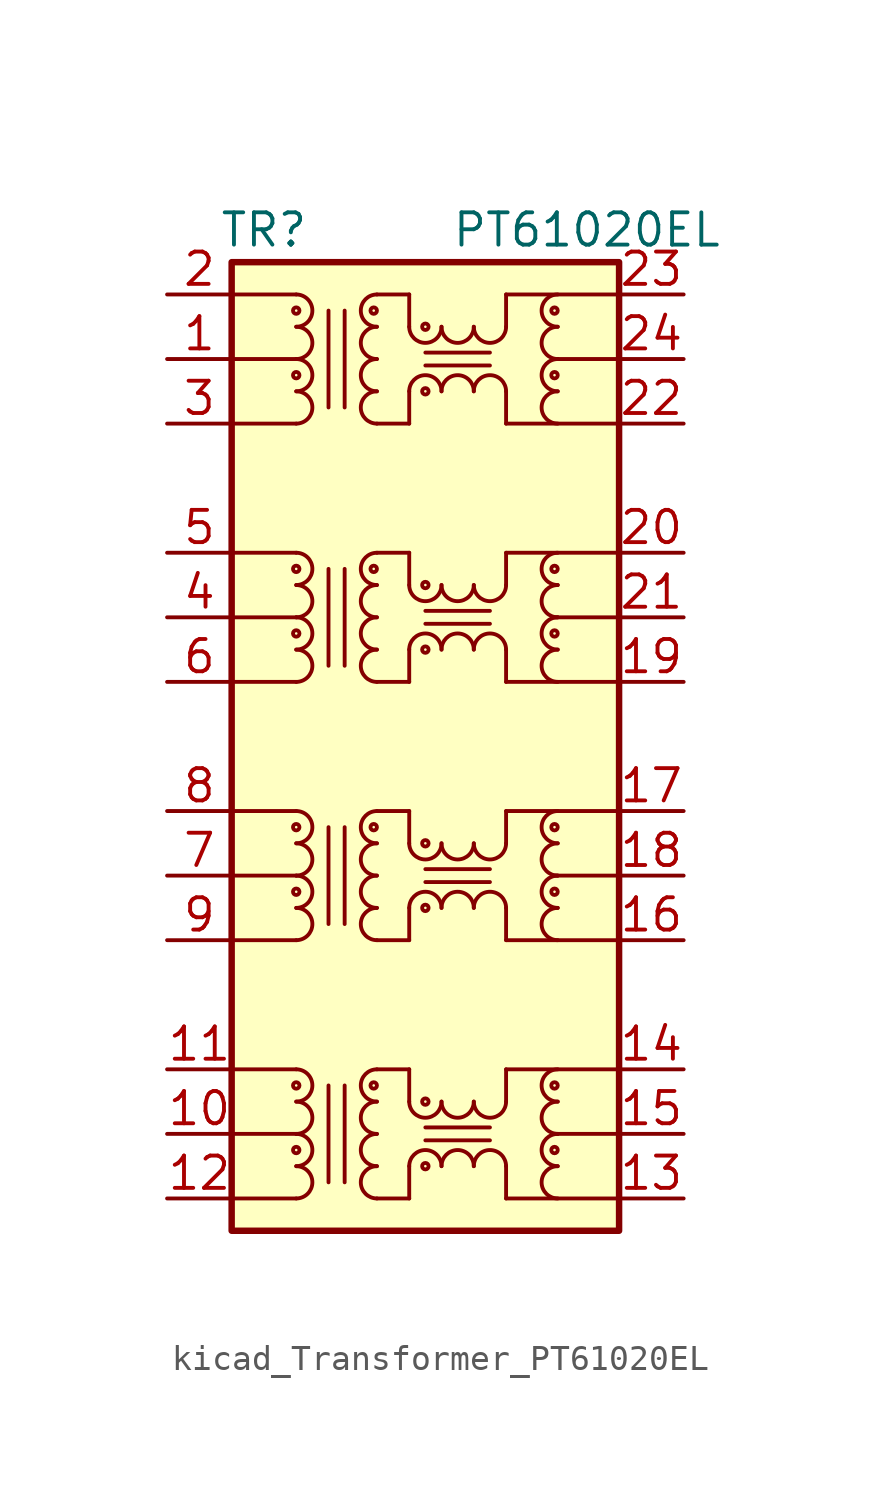
<source format=kicad_sym>
(kicad_symbol_lib
  (version 20220914)
  (generator kicad_symbol_editor)
  (symbol "kicad_Transformer_PT61020EL"
    (pin_names hide)
    (property "Reference" "TR"
      (at -6.35 20.32 0)
      (effects (font (size 1.27 1.27))))
    (property "Value" "PT61020EL"
      (at 6.35 20.32 0)
      (effects (font (size 1.27 1.27))))
    (symbol "kicad_Transformer_PT61020EL_0_1"
      (rectangle (start -7.62 19.05) (end 7.62 -19.05) (stroke (width 0.254) (type default)) (fill (type background)))
      (polyline (pts (xy -7.62 -17.78) (xy -5.08 -17.78)) (stroke (width 0) (type default)) (fill (type none)))
      (polyline (pts (xy -7.62 -15.24) (xy -5.08 -15.24)) (stroke (width 0) (type default)) (fill (type none)))
      (polyline (pts (xy -7.62 -12.7) (xy -5.08 -12.7)) (stroke (width 0) (type default)) (fill (type none)))
      (polyline (pts (xy -7.62 -7.62) (xy -5.08 -7.62)) (stroke (width 0) (type default)) (fill (type none)))
      (polyline (pts (xy -7.62 -5.08) (xy -5.08 -5.08)) (stroke (width 0) (type default)) (fill (type none)))
      (polyline (pts (xy -7.62 -2.54) (xy -5.08 -2.54)) (stroke (width 0) (type default)) (fill (type none)))
      (polyline (pts (xy -7.62 2.54) (xy -5.08 2.54)) (stroke (width 0) (type default)) (fill (type none)))
      (polyline (pts (xy -7.62 5.08) (xy -5.08 5.08)) (stroke (width 0) (type default)) (fill (type none)))
      (polyline (pts (xy -7.62 7.62) (xy -5.08 7.62)) (stroke (width 0) (type default)) (fill (type none)))
      (polyline (pts (xy -7.62 12.7) (xy -5.08 12.7)) (stroke (width 0) (type default)) (fill (type none)))
      (polyline (pts (xy -7.62 15.24) (xy -5.08 15.24)) (stroke (width 0) (type default)) (fill (type none)))
      (polyline (pts (xy -7.62 17.78) (xy -5.08 17.78)) (stroke (width 0) (type default)) (fill (type none)))
      (polyline (pts (xy -1.905 -17.78) (xy -0.635 -17.78)) (stroke (width 0) (type default)) (fill (type none)))
      (polyline (pts (xy -1.905 -12.7) (xy -0.635 -12.7)) (stroke (width 0) (type default)) (fill (type none)))
      (polyline (pts (xy -1.905 -7.62) (xy -0.635 -7.62)) (stroke (width 0) (type default)) (fill (type none)))
      (polyline (pts (xy -1.905 -2.54) (xy -0.635 -2.54)) (stroke (width 0) (type default)) (fill (type none)))
      (polyline (pts (xy -1.905 2.54) (xy -0.635 2.54)) (stroke (width 0) (type default)) (fill (type none)))
      (polyline (pts (xy -1.905 7.62) (xy -0.635 7.62)) (stroke (width 0) (type default)) (fill (type none)))
      (polyline (pts (xy -1.905 12.7) (xy -0.635 12.7)) (stroke (width 0) (type default)) (fill (type none)))
      (polyline (pts (xy -1.905 17.78) (xy -0.635 17.78)) (stroke (width 0) (type default)) (fill (type none)))
      (polyline (pts (xy -0.635 -16.51) (xy -0.635 -17.78)) (stroke (width 0) (type default)) (fill (type none)))
      (polyline (pts (xy -0.635 -12.7) (xy -0.635 -13.97)) (stroke (width 0) (type default)) (fill (type none)))
      (polyline (pts (xy -0.635 -6.35) (xy -0.635 -7.62)) (stroke (width 0) (type default)) (fill (type none)))
      (polyline (pts (xy -0.635 -2.54) (xy -0.635 -3.81)) (stroke (width 0) (type default)) (fill (type none)))
      (polyline (pts (xy -0.635 3.81) (xy -0.635 2.54)) (stroke (width 0) (type default)) (fill (type none)))
      (polyline (pts (xy -0.635 7.62) (xy -0.635 6.35)) (stroke (width 0) (type default)) (fill (type none)))
      (polyline (pts (xy -0.635 13.97) (xy -0.635 12.7)) (stroke (width 0) (type default)) (fill (type none)))
      (polyline (pts (xy -0.635 17.78) (xy -0.635 16.51)) (stroke (width 0) (type default)) (fill (type none)))
      (polyline (pts (xy 3.175 -17.78) (xy 3.175 -16.51)) (stroke (width 0) (type default)) (fill (type none)))
      (polyline (pts (xy 3.175 -17.78) (xy 7.62 -17.78)) (stroke (width 0) (type default)) (fill (type none)))
      (polyline (pts (xy 3.175 -13.97) (xy 3.175 -12.7)) (stroke (width 0) (type default)) (fill (type none)))
      (polyline (pts (xy 3.175 -12.7) (xy 7.62 -12.7)) (stroke (width 0) (type default)) (fill (type none)))
      (polyline (pts (xy 3.175 -7.62) (xy 3.175 -6.35)) (stroke (width 0) (type default)) (fill (type none)))
      (polyline (pts (xy 3.175 -7.62) (xy 7.62 -7.62)) (stroke (width 0) (type default)) (fill (type none)))
      (polyline (pts (xy 3.175 -3.81) (xy 3.175 -2.54)) (stroke (width 0) (type default)) (fill (type none)))
      (polyline (pts (xy 3.175 -2.54) (xy 7.62 -2.54)) (stroke (width 0) (type default)) (fill (type none)))
      (polyline (pts (xy 3.175 2.54) (xy 3.175 3.81)) (stroke (width 0) (type default)) (fill (type none)))
      (polyline (pts (xy 3.175 2.54) (xy 7.62 2.54)) (stroke (width 0) (type default)) (fill (type none)))
      (polyline (pts (xy 3.175 6.35) (xy 3.175 7.62)) (stroke (width 0) (type default)) (fill (type none)))
      (polyline (pts (xy 3.175 7.62) (xy 7.62 7.62)) (stroke (width 0) (type default)) (fill (type none)))
      (polyline (pts (xy 3.175 12.7) (xy 3.175 13.97)) (stroke (width 0) (type default)) (fill (type none)))
      (polyline (pts (xy 3.175 12.7) (xy 7.62 12.7)) (stroke (width 0) (type default)) (fill (type none)))
      (polyline (pts (xy 3.175 16.51) (xy 3.175 17.78)) (stroke (width 0) (type default)) (fill (type none)))
      (polyline (pts (xy 3.175 17.78) (xy 7.62 17.78)) (stroke (width 0) (type default)) (fill (type none)))
      (polyline (pts (xy 5.08 -15.24) (xy 7.62 -15.24)) (stroke (width 0) (type default)) (fill (type none)))
      (polyline (pts (xy 5.08 -5.08) (xy 7.62 -5.08)) (stroke (width 0) (type default)) (fill (type none)))
      (polyline (pts (xy 5.08 5.08) (xy 7.62 5.08)) (stroke (width 0) (type default)) (fill (type none)))
      (polyline (pts (xy 5.08 15.24) (xy 7.62 15.24)) (stroke (width 0) (type default)) (fill (type none)))
      (polyline (pts (xy 7.62 15.24) (xy 7.62 15.24)) (stroke (width 0) (type default)) (fill (type none)))
      (pin passive line (at -10.16 15.24 0) (length 2.54) (name "TCT1" (effects (font (size 1.27 1.27)))) (number "1" (effects (font (size 1.27 1.27)))))
      (pin passive line (at -10.16 -15.24 0) (length 2.54) (name "TCT4" (effects (font (size 1.27 1.27)))) (number "10" (effects (font (size 1.27 1.27)))))
      (pin passive line (at -10.16 -12.7 0) (length 2.54) (name "TD4+" (effects (font (size 1.27 1.27)))) (number "11" (effects (font (size 1.27 1.27)))))
      (pin passive line (at -10.16 -17.78 0) (length 2.54) (name "TD4-" (effects (font (size 1.27 1.27)))) (number "12" (effects (font (size 1.27 1.27)))))
      (pin passive line (at 10.16 -17.78 180) (length 2.54) (name "MX4-" (effects (font (size 1.27 1.27)))) (number "13" (effects (font (size 1.27 1.27)))))
      (pin passive line (at 10.16 -12.7 180) (length 2.54) (name "MX4+" (effects (font (size 1.27 1.27)))) (number "14" (effects (font (size 1.27 1.27)))))
      (pin passive line (at 10.16 -15.24 180) (length 2.54) (name "MCT4" (effects (font (size 1.27 1.27)))) (number "15" (effects (font (size 1.27 1.27)))))
      (pin passive line (at 10.16 -7.62 180) (length 2.54) (name "MX3-" (effects (font (size 1.27 1.27)))) (number "16" (effects (font (size 1.27 1.27)))))
      (pin passive line (at 10.16 -2.54 180) (length 2.54) (name "MX3+" (effects (font (size 1.27 1.27)))) (number "17" (effects (font (size 1.27 1.27)))))
      (pin passive line (at 10.16 -5.08 180) (length 2.54) (name "MCT3" (effects (font (size 1.27 1.27)))) (number "18" (effects (font (size 1.27 1.27)))))
      (pin passive line (at 10.16 2.54 180) (length 2.54) (name "MX2-" (effects (font (size 1.27 1.27)))) (number "19" (effects (font (size 1.27 1.27)))))
      (pin passive line (at -10.16 17.78 0) (length 2.54) (name "TD1+" (effects (font (size 1.27 1.27)))) (number "2" (effects (font (size 1.27 1.27)))))
      (pin passive line (at 10.16 7.62 180) (length 2.54) (name "MX2+" (effects (font (size 1.27 1.27)))) (number "20" (effects (font (size 1.27 1.27)))))
      (pin passive line (at 10.16 5.08 180) (length 2.54) (name "MCT2" (effects (font (size 1.27 1.27)))) (number "21" (effects (font (size 1.27 1.27)))))
      (pin passive line (at 10.16 12.7 180) (length 2.54) (name "MX1-" (effects (font (size 1.27 1.27)))) (number "22" (effects (font (size 1.27 1.27)))))
      (pin passive line (at 10.16 17.78 180) (length 2.54) (name "MX1+" (effects (font (size 1.27 1.27)))) (number "23" (effects (font (size 1.27 1.27)))))
      (pin passive line (at 10.16 15.24 180) (length 2.54) (name "MCT1" (effects (font (size 1.27 1.27)))) (number "24" (effects (font (size 1.27 1.27)))))
      (pin passive line (at -10.16 12.7 0) (length 2.54) (name "TD1-" (effects (font (size 1.27 1.27)))) (number "3" (effects (font (size 1.27 1.27)))))
      (pin passive line (at -10.16 5.08 0) (length 2.54) (name "TCT2" (effects (font (size 1.27 1.27)))) (number "4" (effects (font (size 1.27 1.27)))))
      (pin passive line (at -10.16 7.62 0) (length 2.54) (name "TD2+" (effects (font (size 1.27 1.27)))) (number "5" (effects (font (size 1.27 1.27)))))
      (pin passive line (at -10.16 2.54 0) (length 2.54) (name "TD2-" (effects (font (size 1.27 1.27)))) (number "6" (effects (font (size 1.27 1.27)))))
      (pin passive line (at -10.16 -5.08 0) (length 2.54) (name "TCT3" (effects (font (size 1.27 1.27)))) (number "7" (effects (font (size 1.27 1.27)))))
      (pin passive line (at -10.16 -2.54 0) (length 2.54) (name "TD3+" (effects (font (size 1.27 1.27)))) (number "8" (effects (font (size 1.27 1.27)))))
      (pin passive line (at -10.16 -7.62 0) (length 2.54) (name "TD3-" (effects (font (size 1.27 1.27)))) (number "9" (effects (font (size 1.27 1.27))))))
    (symbol "kicad_Transformer_PT61020EL_1_1"
      (arc (start -5.08 -17.78) (mid -4.4477 -17.145) (end -5.08 -16.51) (stroke (width 0) (type default)) (fill (type none)))
      (arc (start -5.08 -16.51) (mid -4.4477 -15.875) (end -5.08 -15.24) (stroke (width 0) (type default)) (fill (type none)))
      (circle (center -5.08 -15.875) (radius 0.127) (stroke (width 0) (type default)) (fill (type none)))
      (arc (start -5.08 -15.24) (mid -4.4477 -14.605) (end -5.08 -13.97) (stroke (width 0) (type default)) (fill (type none)))
      (arc (start -5.08 -13.97) (mid -4.4477 -13.335) (end -5.08 -12.7) (stroke (width 0) (type default)) (fill (type none)))
      (circle (center -5.08 -13.335) (radius 0.127) (stroke (width 0) (type default)) (fill (type none)))
      (arc (start -5.08 -7.62) (mid -4.4477 -6.985) (end -5.08 -6.35) (stroke (width 0) (type default)) (fill (type none)))
      (arc (start -5.08 -6.35) (mid -4.4477 -5.715) (end -5.08 -5.08) (stroke (width 0) (type default)) (fill (type none)))
      (circle (center -5.08 -5.715) (radius 0.127) (stroke (width 0) (type default)) (fill (type none)))
      (arc (start -5.08 -5.08) (mid -4.4477 -4.445) (end -5.08 -3.81) (stroke (width 0) (type default)) (fill (type none)))
      (arc (start -5.08 -3.81) (mid -4.4477 -3.175) (end -5.08 -2.54) (stroke (width 0) (type default)) (fill (type none)))
      (circle (center -5.08 -3.175) (radius 0.127) (stroke (width 0) (type default)) (fill (type none)))
      (arc (start -5.08 2.54) (mid -4.4477 3.175) (end -5.08 3.81) (stroke (width 0) (type default)) (fill (type none)))
      (arc (start -5.08 3.81) (mid -4.4477 4.445) (end -5.08 5.08) (stroke (width 0) (type default)) (fill (type none)))
      (circle (center -5.08 4.445) (radius 0.127) (stroke (width 0) (type default)) (fill (type none)))
      (arc (start -5.08 5.08) (mid -4.4477 5.715) (end -5.08 6.35) (stroke (width 0) (type default)) (fill (type none)))
      (arc (start -5.08 6.35) (mid -4.4477 6.985) (end -5.08 7.62) (stroke (width 0) (type default)) (fill (type none)))
      (circle (center -5.08 6.985) (radius 0.127) (stroke (width 0) (type default)) (fill (type none)))
      (arc (start -5.08 12.7) (mid -4.4477 13.335) (end -5.08 13.97) (stroke (width 0) (type default)) (fill (type none)))
      (arc (start -5.08 13.97) (mid -4.4477 14.605) (end -5.08 15.24) (stroke (width 0) (type default)) (fill (type none)))
      (circle (center -5.08 14.605) (radius 0.127) (stroke (width 0) (type default)) (fill (type none)))
      (arc (start -5.08 15.24) (mid -4.4477 15.875) (end -5.08 16.51) (stroke (width 0) (type default)) (fill (type none)))
      (arc (start -5.08 16.51) (mid -4.4477 17.145) (end -5.08 17.78) (stroke (width 0) (type default)) (fill (type none)))
      (circle (center -5.08 17.145) (radius 0.127) (stroke (width 0) (type default)) (fill (type none)))
      (circle (center -2.032 -13.335) (radius 0.127) (stroke (width 0) (type default)) (fill (type none)))
      (circle (center -2.032 -3.175) (radius 0.127) (stroke (width 0) (type default)) (fill (type none)))
      (circle (center -2.032 6.985) (radius 0.127) (stroke (width 0) (type default)) (fill (type none)))
      (circle (center -2.032 17.145) (radius 0.127) (stroke (width 0) (type default)) (fill (type none)))
      (arc (start -1.905 -16.51) (mid -2.5373 -17.145) (end -1.905 -17.78) (stroke (width 0) (type default)) (fill (type none)))
      (arc (start -1.905 -15.24) (mid -2.5373 -15.875) (end -1.905 -16.51) (stroke (width 0) (type default)) (fill (type none)))
      (arc (start -1.905 -13.97) (mid -2.5373 -14.605) (end -1.905 -15.24) (stroke (width 0) (type default)) (fill (type none)))
      (arc (start -1.905 -12.7) (mid -2.5373 -13.335) (end -1.905 -13.97) (stroke (width 0) (type default)) (fill (type none)))
      (arc (start -1.905 -6.35) (mid -2.5373 -6.985) (end -1.905 -7.62) (stroke (width 0) (type default)) (fill (type none)))
      (arc (start -1.905 -5.08) (mid -2.5373 -5.715) (end -1.905 -6.35) (stroke (width 0) (type default)) (fill (type none)))
      (arc (start -1.905 -3.81) (mid -2.5373 -4.445) (end -1.905 -5.08) (stroke (width 0) (type default)) (fill (type none)))
      (arc (start -1.905 -2.54) (mid -2.5373 -3.175) (end -1.905 -3.81) (stroke (width 0) (type default)) (fill (type none)))
      (arc (start -1.905 3.81) (mid -2.5373 3.175) (end -1.905 2.54) (stroke (width 0) (type default)) (fill (type none)))
      (arc (start -1.905 5.08) (mid -2.5373 4.445) (end -1.905 3.81) (stroke (width 0) (type default)) (fill (type none)))
      (arc (start -1.905 6.35) (mid -2.5373 5.715) (end -1.905 5.08) (stroke (width 0) (type default)) (fill (type none)))
      (arc (start -1.905 7.62) (mid -2.5373 6.985) (end -1.905 6.35) (stroke (width 0) (type default)) (fill (type none)))
      (arc (start -1.905 13.97) (mid -2.5373 13.335) (end -1.905 12.7) (stroke (width 0) (type default)) (fill (type none)))
      (arc (start -1.905 15.24) (mid -2.5373 14.605) (end -1.905 13.97) (stroke (width 0) (type default)) (fill (type none)))
      (arc (start -1.905 16.51) (mid -2.5373 15.875) (end -1.905 15.24) (stroke (width 0) (type default)) (fill (type none)))
      (arc (start -1.905 17.78) (mid -2.5373 17.145) (end -1.905 16.51) (stroke (width 0) (type default)) (fill (type none)))
      (arc (start -0.635 -13.97) (mid 0 -14.6023) (end 0.635 -13.97) (stroke (width 0) (type default)) (fill (type none)))
      (arc (start -0.635 -3.81) (mid 0 -4.4423) (end 0.635 -3.81) (stroke (width 0) (type default)) (fill (type none)))
      (arc (start -0.635 6.35) (mid 0 5.7177) (end 0.635 6.35) (stroke (width 0) (type default)) (fill (type none)))
      (arc (start -0.635 16.51) (mid 0 15.8777) (end 0.635 16.51) (stroke (width 0) (type default)) (fill (type none)))
      (circle (center 0 -16.51) (radius 0.127) (stroke (width 0) (type default)) (fill (type none)))
      (circle (center 0 -13.97) (radius 0.127) (stroke (width 0) (type default)) (fill (type none)))
      (circle (center 0 -6.35) (radius 0.127) (stroke (width 0) (type default)) (fill (type none)))
      (circle (center 0 -3.81) (radius 0.127) (stroke (width 0) (type default)) (fill (type none)))
      (polyline (pts (xy -3.81 -17.145) (xy -3.81 -13.335)) (stroke (width 0) (type default)) (fill (type none)))
      (polyline (pts (xy -3.81 -6.985) (xy -3.81 -3.175)) (stroke (width 0) (type default)) (fill (type none)))
      (polyline (pts (xy -3.81 3.175) (xy -3.81 6.985)) (stroke (width 0) (type default)) (fill (type none)))
      (polyline (pts (xy -3.81 13.335) (xy -3.81 17.145)) (stroke (width 0) (type default)) (fill (type none)))
      (polyline (pts (xy -3.175 -17.145) (xy -3.175 -13.335)) (stroke (width 0) (type default)) (fill (type none)))
      (polyline (pts (xy -3.175 -6.985) (xy -3.175 -3.175)) (stroke (width 0) (type default)) (fill (type none)))
      (polyline (pts (xy -3.175 3.175) (xy -3.175 6.985)) (stroke (width 0) (type default)) (fill (type none)))
      (polyline (pts (xy -3.175 13.335) (xy -3.175 17.145)) (stroke (width 0) (type default)) (fill (type none)))
      (polyline (pts (xy 2.54 -15.494) (xy 0 -15.494)) (stroke (width 0) (type default)) (fill (type none)))
      (polyline (pts (xy 2.54 -14.986) (xy 0 -14.986)) (stroke (width 0) (type default)) (fill (type none)))
      (polyline (pts (xy 2.54 -5.334) (xy 0 -5.334)) (stroke (width 0) (type default)) (fill (type none)))
      (polyline (pts (xy 2.54 -4.826) (xy 0 -4.826)) (stroke (width 0) (type default)) (fill (type none)))
      (polyline (pts (xy 2.54 4.826) (xy 0 4.826)) (stroke (width 0) (type default)) (fill (type none)))
      (polyline (pts (xy 2.54 5.334) (xy 0 5.334)) (stroke (width 0) (type default)) (fill (type none)))
      (polyline (pts (xy 2.54 14.986) (xy 0 14.986)) (stroke (width 0) (type default)) (fill (type none)))
      (polyline (pts (xy 2.54 15.494) (xy 0 15.494)) (stroke (width 0) (type default)) (fill (type none)))
      (circle (center 0 3.81) (radius 0.127) (stroke (width 0) (type default)) (fill (type none)))
      (circle (center 0 6.35) (radius 0.127) (stroke (width 0) (type default)) (fill (type none)))
      (circle (center 0 13.97) (radius 0.127) (stroke (width 0) (type default)) (fill (type none)))
      (circle (center 0 16.51) (radius 0.127) (stroke (width 0) (type default)) (fill (type none)))
      (arc (start 0.635 -16.51) (mid 0 -15.8777) (end -0.635 -16.51) (stroke (width 0) (type default)) (fill (type none)))
      (arc (start 0.635 -13.97) (mid 1.27 -14.6023) (end 1.905 -13.97) (stroke (width 0) (type default)) (fill (type none)))
      (arc (start 0.635 -6.35) (mid 0 -5.7177) (end -0.635 -6.35) (stroke (width 0) (type default)) (fill (type none)))
      (arc (start 0.635 -3.81) (mid 1.27 -4.4423) (end 1.905 -3.81) (stroke (width 0) (type default)) (fill (type none)))
      (arc (start 0.635 3.81) (mid 0 4.4423) (end -0.635 3.81) (stroke (width 0) (type default)) (fill (type none)))
      (arc (start 0.635 6.35) (mid 1.27 5.7177) (end 1.905 6.35) (stroke (width 0) (type default)) (fill (type none)))
      (arc (start 0.635 13.97) (mid 0 14.6023) (end -0.635 13.97) (stroke (width 0) (type default)) (fill (type none)))
      (arc (start 0.635 16.51) (mid 1.27 15.8777) (end 1.905 16.51) (stroke (width 0) (type default)) (fill (type none)))
      (arc (start 1.905 -16.51) (mid 1.27 -15.8777) (end 0.635 -16.51) (stroke (width 0) (type default)) (fill (type none)))
      (arc (start 1.905 -13.97) (mid 2.54 -14.6023) (end 3.175 -13.97) (stroke (width 0) (type default)) (fill (type none)))
      (arc (start 1.905 -6.35) (mid 1.27 -5.7177) (end 0.635 -6.35) (stroke (width 0) (type default)) (fill (type none)))
      (arc (start 1.905 -3.81) (mid 2.54 -4.4423) (end 3.175 -3.81) (stroke (width 0) (type default)) (fill (type none)))
      (arc (start 1.905 3.81) (mid 1.27 4.4423) (end 0.635 3.81) (stroke (width 0) (type default)) (fill (type none)))
      (arc (start 1.905 6.35) (mid 2.54 5.7177) (end 3.175 6.35) (stroke (width 0) (type default)) (fill (type none)))
      (arc (start 1.905 13.97) (mid 1.27 14.6023) (end 0.635 13.97) (stroke (width 0) (type default)) (fill (type none)))
      (arc (start 1.905 16.51) (mid 2.54 15.8777) (end 3.175 16.51) (stroke (width 0) (type default)) (fill (type none)))
      (arc (start 3.175 -16.51) (mid 2.54 -15.8777) (end 1.905 -16.51) (stroke (width 0) (type default)) (fill (type none)))
      (arc (start 3.175 -6.35) (mid 2.54 -5.7177) (end 1.905 -6.35) (stroke (width 0) (type default)) (fill (type none)))
      (arc (start 3.175 3.81) (mid 2.54 4.4423) (end 1.905 3.81) (stroke (width 0) (type default)) (fill (type none)))
      (arc (start 3.175 13.97) (mid 2.54 14.6023) (end 1.905 13.97) (stroke (width 0) (type default)) (fill (type none)))
      (circle (center 5.08 -15.875) (radius 0.127) (stroke (width 0) (type default)) (fill (type none)))
      (circle (center 5.08 -13.335) (radius 0.127) (stroke (width 0) (type default)) (fill (type none)))
      (circle (center 5.08 -5.715) (radius 0.127) (stroke (width 0) (type default)) (fill (type none)))
      (circle (center 5.08 -3.175) (radius 0.127) (stroke (width 0) (type default)) (fill (type none)))
      (circle (center 5.08 4.445) (radius 0.127) (stroke (width 0) (type default)) (fill (type none)))
      (circle (center 5.08 6.985) (radius 0.127) (stroke (width 0) (type default)) (fill (type none)))
      (circle (center 5.08 14.605) (radius 0.127) (stroke (width 0) (type default)) (fill (type none)))
      (circle (center 5.08 17.145) (radius 0.127) (stroke (width 0) (type default)) (fill (type none)))
      (arc (start 5.207 -16.51) (mid 4.5747 -17.145) (end 5.207 -17.78) (stroke (width 0) (type default)) (fill (type none)))
      (arc (start 5.207 -15.24) (mid 4.5747 -15.875) (end 5.207 -16.51) (stroke (width 0) (type default)) (fill (type none)))
      (arc (start 5.207 -13.97) (mid 4.5747 -14.605) (end 5.207 -15.24) (stroke (width 0) (type default)) (fill (type none)))
      (arc (start 5.207 -12.7) (mid 4.5747 -13.335) (end 5.207 -13.97) (stroke (width 0) (type default)) (fill (type none)))
      (arc (start 5.207 -6.35) (mid 4.5747 -6.985) (end 5.207 -7.62) (stroke (width 0) (type default)) (fill (type none)))
      (arc (start 5.207 -5.08) (mid 4.5747 -5.715) (end 5.207 -6.35) (stroke (width 0) (type default)) (fill (type none)))
      (arc (start 5.207 -3.81) (mid 4.5747 -4.445) (end 5.207 -5.08) (stroke (width 0) (type default)) (fill (type none)))
      (arc (start 5.207 -2.54) (mid 4.5747 -3.175) (end 5.207 -3.81) (stroke (width 0) (type default)) (fill (type none)))
      (arc (start 5.207 3.81) (mid 4.5747 3.175) (end 5.207 2.54) (stroke (width 0) (type default)) (fill (type none)))
      (arc (start 5.207 5.08) (mid 4.5747 4.445) (end 5.207 3.81) (stroke (width 0) (type default)) (fill (type none)))
      (arc (start 5.207 6.35) (mid 4.5747 5.715) (end 5.207 5.08) (stroke (width 0) (type default)) (fill (type none)))
      (arc (start 5.207 7.62) (mid 4.5747 6.985) (end 5.207 6.35) (stroke (width 0) (type default)) (fill (type none)))
      (arc (start 5.207 13.97) (mid 4.5747 13.335) (end 5.207 12.7) (stroke (width 0) (type default)) (fill (type none)))
      (arc (start 5.207 15.24) (mid 4.5747 14.605) (end 5.207 13.97) (stroke (width 0) (type default)) (fill (type none)))
      (arc (start 5.207 16.51) (mid 4.5747 15.875) (end 5.207 15.24) (stroke (width 0) (type default)) (fill (type none)))
      (arc (start 5.207 17.78) (mid 4.5747 17.145) (end 5.207 16.51) (stroke (width 0) (type default)) (fill (type none))))))
</source>
